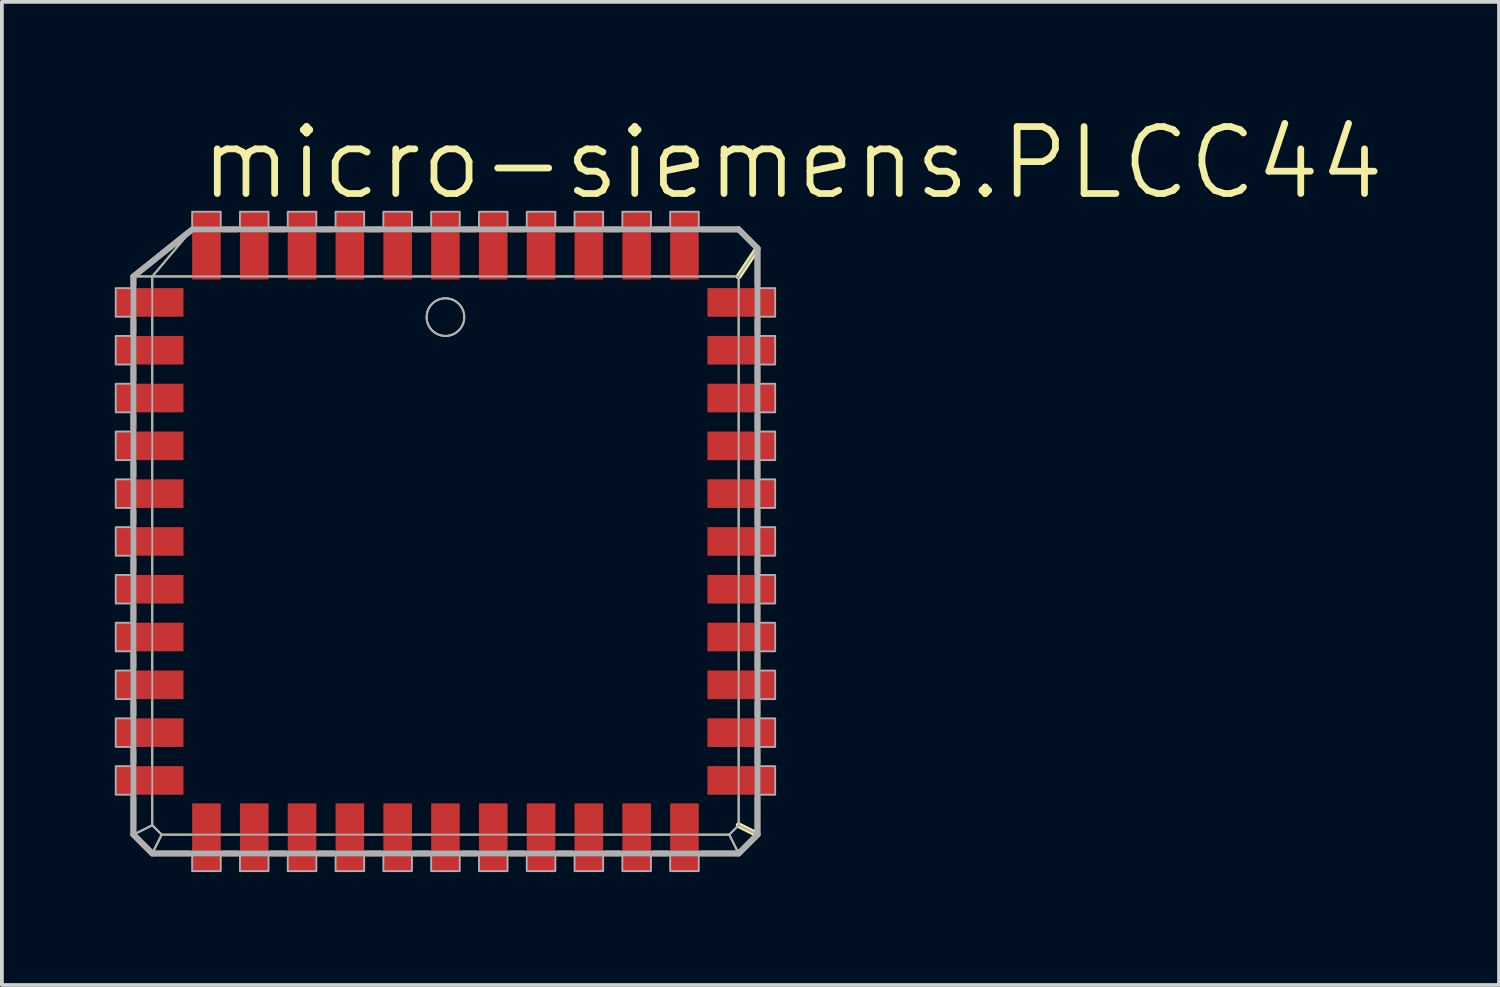
<source format=kicad_pcb>
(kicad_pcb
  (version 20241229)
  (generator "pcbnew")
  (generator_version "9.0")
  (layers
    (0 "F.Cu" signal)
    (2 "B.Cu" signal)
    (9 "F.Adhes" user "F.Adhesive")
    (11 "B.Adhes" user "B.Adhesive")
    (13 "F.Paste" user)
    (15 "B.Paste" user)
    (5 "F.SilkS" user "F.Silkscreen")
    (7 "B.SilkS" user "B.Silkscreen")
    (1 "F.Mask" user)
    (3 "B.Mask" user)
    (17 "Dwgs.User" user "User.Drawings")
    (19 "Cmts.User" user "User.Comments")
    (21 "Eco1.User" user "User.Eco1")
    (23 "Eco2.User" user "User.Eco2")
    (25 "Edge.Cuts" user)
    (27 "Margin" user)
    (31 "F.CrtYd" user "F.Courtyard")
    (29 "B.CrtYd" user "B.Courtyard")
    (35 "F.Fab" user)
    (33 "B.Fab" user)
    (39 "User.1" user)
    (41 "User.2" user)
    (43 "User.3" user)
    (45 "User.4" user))
  (footprint "micro-siemens.PLCC44"
    (layer "F.Cu")
    (at 8.785 11.335)
    (property "Reference" "micro-siemens.PLCC44" (at -6.604 -9.017 0) (layer "F.SilkS") (effects (font (size 1.778 1.778) (thickness 0.18)) (justify left bottom)))
    (attr smd)
    (fp_line (start -8.29 -7.04) (end -7.79 -7.04) (stroke (width 0.051) (type default)) (layer "F.SilkS"))
    (fp_line (start -8.29 -7.04) (end -6.79 -8.24) (stroke (width 0.152) (type default)) (layer "F.SilkS"))
    (fp_line (start -8.29 -6.79) (end -8.29 -7.04) (stroke (width 0.152) (type default)) (layer "F.SilkS"))
    (fp_line (start -8.29 -5.52) (end -8.29 -5.91) (stroke (width 0.152) (type default)) (layer "F.SilkS"))
    (fp_line (start -8.29 -4.25) (end -8.29 -4.64) (stroke (width 0.152) (type default)) (layer "F.SilkS"))
    (fp_line (start -8.29 -2.98) (end -8.29 -3.37) (stroke (width 0.152) (type default)) (layer "F.SilkS"))
    (fp_line (start -8.29 -1.71) (end -8.29 -2.1) (stroke (width 0.152) (type default)) (layer "F.SilkS"))
    (fp_line (start -8.29 -0.44) (end -8.29 -0.83) (stroke (width 0.152) (type default)) (layer "F.SilkS"))
    (fp_line (start -8.29 0.83) (end -8.29 0.44) (stroke (width 0.152) (type default)) (layer "F.SilkS"))
    (fp_line (start -8.29 2.1) (end -8.29 1.71) (stroke (width 0.152) (type default)) (layer "F.SilkS"))
    (fp_line (start -8.29 3.37) (end -8.29 2.98) (stroke (width 0.152) (type default)) (layer "F.SilkS"))
    (fp_line (start -8.29 4.64) (end -8.29 4.25) (stroke (width 0.152) (type default)) (layer "F.SilkS"))
    (fp_line (start -8.29 5.91) (end -8.29 5.52) (stroke (width 0.152) (type default)) (layer "F.SilkS"))
    (fp_line (start -8.29 7.79) (end -8.29 6.79) (stroke (width 0.152) (type default)) (layer "F.SilkS"))
    (fp_line (start -8.29 7.79) (end -7.79 7.54) (stroke (width 0.051) (type default)) (layer "F.SilkS"))
    (fp_line (start -7.79 -7.04) (end -6.75 -8.27) (stroke (width 0.051) (type default)) (layer "F.SilkS"))
    (fp_line (start -7.79 -7.04) (end -6.75 -7.04) (stroke (width 0.051) (type default)) (layer "F.SilkS"))
    (fp_line (start -7.79 -6.75) (end -7.79 -7.04) (stroke (width 0.051) (type default)) (layer "F.SilkS"))
    (fp_line (start -7.79 -5.48) (end -7.79 -5.95) (stroke (width 0.051) (type default)) (layer "F.SilkS"))
    (fp_line (start -7.79 -4.21) (end -7.79 -4.68) (stroke (width 0.051) (type default)) (layer "F.SilkS"))
    (fp_line (start -7.79 -2.94) (end -7.79 -3.41) (stroke (width 0.051) (type default)) (layer "F.SilkS"))
    (fp_line (start -7.79 -1.67) (end -7.79 -2.14) (stroke (width 0.051) (type default)) (layer "F.SilkS"))
    (fp_line (start -7.79 -0.4) (end -7.79 -0.87) (stroke (width 0.051) (type default)) (layer "F.SilkS"))
    (fp_line (start -7.79 0.87) (end -7.79 0.4) (stroke (width 0.051) (type default)) (layer "F.SilkS"))
    (fp_line (start -7.79 2.14) (end -7.79 1.67) (stroke (width 0.051) (type default)) (layer "F.SilkS"))
    (fp_line (start -7.79 3.41) (end -7.79 2.94) (stroke (width 0.051) (type default)) (layer "F.SilkS"))
    (fp_line (start -7.79 4.68) (end -7.79 4.21) (stroke (width 0.051) (type default)) (layer "F.SilkS"))
    (fp_line (start -7.79 5.95) (end -7.79 5.48) (stroke (width 0.051) (type default)) (layer "F.SilkS"))
    (fp_line (start -7.79 7.54) (end -7.79 6.75) (stroke (width 0.051) (type default)) (layer "F.SilkS"))
    (fp_line (start -7.79 8.29) (end -8.29 7.79) (stroke (width 0.152) (type default)) (layer "F.SilkS"))
    (fp_line (start -7.79 8.29) (end -7.54 7.79) (stroke (width 0.051) (type default)) (layer "F.SilkS"))
    (fp_line (start -7.54 7.79) (end -7.79 7.54) (stroke (width 0.051) (type default)) (layer "F.SilkS"))
    (fp_line (start -6.79 8.29) (end -7.79 8.29) (stroke (width 0.152) (type default)) (layer "F.SilkS"))
    (fp_line (start -6.75 7.79) (end -7.54 7.79) (stroke (width 0.051) (type default)) (layer "F.SilkS"))
    (fp_line (start -5.95 -7.04) (end -5.48 -7.04) (stroke (width 0.051) (type default)) (layer "F.SilkS"))
    (fp_line (start -5.91 -8.29) (end -5.52 -8.29) (stroke (width 0.152) (type default)) (layer "F.SilkS"))
    (fp_line (start -5.52 8.29) (end -5.91 8.29) (stroke (width 0.152) (type default)) (layer "F.SilkS"))
    (fp_line (start -5.48 7.79) (end -5.95 7.79) (stroke (width 0.051) (type default)) (layer "F.SilkS"))
    (fp_line (start -4.68 -7.04) (end -4.21 -7.04) (stroke (width 0.051) (type default)) (layer "F.SilkS"))
    (fp_line (start -4.64 -8.29) (end -4.25 -8.29) (stroke (width 0.152) (type default)) (layer "F.SilkS"))
    (fp_line (start -4.25 8.29) (end -4.64 8.29) (stroke (width 0.152) (type default)) (layer "F.SilkS"))
    (fp_line (start -4.21 7.79) (end -4.68 7.79) (stroke (width 0.051) (type default)) (layer "F.SilkS"))
    (fp_line (start -3.41 -7.04) (end -2.94 -7.04) (stroke (width 0.051) (type default)) (layer "F.SilkS"))
    (fp_line (start -3.37 -8.29) (end -2.98 -8.29) (stroke (width 0.152) (type default)) (layer "F.SilkS"))
    (fp_line (start -2.98 8.29) (end -3.37 8.29) (stroke (width 0.152) (type default)) (layer "F.SilkS"))
    (fp_line (start -2.94 7.79) (end -3.41 7.79) (stroke (width 0.051) (type default)) (layer "F.SilkS"))
    (fp_line (start -2.14 -7.04) (end -1.67 -7.04) (stroke (width 0.051) (type default)) (layer "F.SilkS"))
    (fp_line (start -2.1 -8.29) (end -1.71 -8.29) (stroke (width 0.152) (type default)) (layer "F.SilkS"))
    (fp_line (start -1.71 8.29) (end -2.1 8.29) (stroke (width 0.152) (type default)) (layer "F.SilkS"))
    (fp_line (start -1.67 7.79) (end -2.14 7.79) (stroke (width 0.051) (type default)) (layer "F.SilkS"))
    (fp_line (start -0.87 -7.04) (end -0.4 -7.04) (stroke (width 0.051) (type default)) (layer "F.SilkS"))
    (fp_line (start -0.83 -8.29) (end -0.44 -8.29) (stroke (width 0.152) (type default)) (layer "F.SilkS"))
    (fp_line (start -0.44 8.29) (end -0.83 8.29) (stroke (width 0.152) (type default)) (layer "F.SilkS"))
    (fp_line (start -0.4 7.79) (end -0.87 7.79) (stroke (width 0.051) (type default)) (layer "F.SilkS"))
    (fp_line (start 0.4 -7.04) (end 0.87 -7.04) (stroke (width 0.051) (type default)) (layer "F.SilkS"))
    (fp_line (start 0.44 -8.29) (end 0.83 -8.29) (stroke (width 0.152) (type default)) (layer "F.SilkS"))
    (fp_line (start 0.83 8.29) (end 0.44 8.29) (stroke (width 0.152) (type default)) (layer "F.SilkS"))
    (fp_line (start 0.87 7.79) (end 0.4 7.79) (stroke (width 0.051) (type default)) (layer "F.SilkS"))
    (fp_line (start 1.67 -7.04) (end 2.14 -7.04) (stroke (width 0.051) (type default)) (layer "F.SilkS"))
    (fp_line (start 1.71 -8.29) (end 2.1 -8.29) (stroke (width 0.152) (type default)) (layer "F.SilkS"))
    (fp_line (start 2.1 8.29) (end 1.71 8.29) (stroke (width 0.152) (type default)) (layer "F.SilkS"))
    (fp_line (start 2.14 7.79) (end 1.67 7.79) (stroke (width 0.051) (type default)) (layer "F.SilkS"))
    (fp_line (start 2.94 -7.04) (end 3.41 -7.04) (stroke (width 0.051) (type default)) (layer "F.SilkS"))
    (fp_line (start 2.98 -8.29) (end 3.37 -8.29) (stroke (width 0.152) (type default)) (layer "F.SilkS"))
    (fp_line (start 3.37 8.29) (end 2.98 8.29) (stroke (width 0.152) (type default)) (layer "F.SilkS"))
    (fp_line (start 3.41 7.79) (end 2.94 7.79) (stroke (width 0.051) (type default)) (layer "F.SilkS"))
    (fp_line (start 4.21 -7.04) (end 4.68 -7.04) (stroke (width 0.051) (type default)) (layer "F.SilkS"))
    (fp_line (start 4.25 -8.29) (end 4.64 -8.29) (stroke (width 0.152) (type default)) (layer "F.SilkS"))
    (fp_line (start 4.64 8.29) (end 4.25 8.29) (stroke (width 0.152) (type default)) (layer "F.SilkS"))
    (fp_line (start 4.68 7.79) (end 4.21 7.79) (stroke (width 0.051) (type default)) (layer "F.SilkS"))
    (fp_line (start 5.48 -7.04) (end 5.95 -7.04) (stroke (width 0.051) (type default)) (layer "F.SilkS"))
    (fp_line (start 5.52 -8.29) (end 5.91 -8.29) (stroke (width 0.152) (type default)) (layer "F.SilkS"))
    (fp_line (start 5.91 8.29) (end 5.52 8.29) (stroke (width 0.152) (type default)) (layer "F.SilkS"))
    (fp_line (start 5.95 7.79) (end 5.48 7.79) (stroke (width 0.051) (type default)) (layer "F.SilkS"))
    (fp_line (start 6.75 -7.04) (end 7.79 -7.04) (stroke (width 0.051) (type default)) (layer "F.SilkS"))
    (fp_line (start 6.79 -8.29) (end 7.79 -8.29) (stroke (width 0.152) (type default)) (layer "F.SilkS"))
    (fp_line (start 7.54 7.79) (end 6.75 7.79) (stroke (width 0.051) (type default)) (layer "F.SilkS"))
    (fp_line (start 7.54 7.79) (end 7.79 8.29) (stroke (width 0.051) (type default)) (layer "F.SilkS"))
    (fp_line (start 7.79 -8.29) (end 8.29 -7.79) (stroke (width 0.152) (type default)) (layer "F.SilkS"))
    (fp_line (start 7.79 -7.04) (end 7.79 -6.75) (stroke (width 0.051) (type default)) (layer "F.SilkS"))
    (fp_line (start 7.79 -5.95) (end 7.79 -5.48) (stroke (width 0.051) (type default)) (layer "F.SilkS"))
    (fp_line (start 7.79 -4.68) (end 7.79 -4.21) (stroke (width 0.051) (type default)) (layer "F.SilkS"))
    (fp_line (start 7.79 -3.41) (end 7.79 -2.94) (stroke (width 0.051) (type default)) (layer "F.SilkS"))
    (fp_line (start 7.79 -2.14) (end 7.79 -1.67) (stroke (width 0.051) (type default)) (layer "F.SilkS"))
    (fp_line (start 7.79 -0.87) (end 7.79 -0.4) (stroke (width 0.051) (type default)) (layer "F.SilkS"))
    (fp_line (start 7.79 0.4) (end 7.79 0.87) (stroke (width 0.051) (type default)) (layer "F.SilkS"))
    (fp_line (start 7.79 1.67) (end 7.79 2.14) (stroke (width 0.051) (type default)) (layer "F.SilkS"))
    (fp_line (start 7.79 2.94) (end 7.79 3.41) (stroke (width 0.051) (type default)) (layer "F.SilkS"))
    (fp_line (start 7.79 4.21) (end 7.79 4.68) (stroke (width 0.051) (type default)) (layer "F.SilkS"))
    (fp_line (start 7.79 5.48) (end 7.79 5.95) (stroke (width 0.051) (type default)) (layer "F.SilkS"))
    (fp_line (start 7.79 6.75) (end 7.79 7.54) (stroke (width 0.051) (type default)) (layer "F.SilkS"))
    (fp_line (start 7.79 7.54) (end 7.54 7.79) (stroke (width 0.051) (type default)) (layer "F.SilkS"))
    (fp_line (start 7.79 7.54) (end 8.29 7.79) (stroke (width 0.152) (type default)) (layer "F.SilkS"))
    (fp_line (start 7.79 8.29) (end 6.79 8.29) (stroke (width 0.152) (type default)) (layer "F.SilkS"))
    (fp_line (start 8.29 -7.79) (end 7.79 -7.04) (stroke (width 0.152) (type default)) (layer "F.SilkS"))
    (fp_line (start 8.29 -7.79) (end 8.29 -6.79) (stroke (width 0.152) (type default)) (layer "F.SilkS"))
    (fp_line (start 8.29 -5.91) (end 8.29 -5.52) (stroke (width 0.152) (type default)) (layer "F.SilkS"))
    (fp_line (start 8.29 -4.64) (end 8.29 -4.25) (stroke (width 0.152) (type default)) (layer "F.SilkS"))
    (fp_line (start 8.29 -3.37) (end 8.29 -2.98) (stroke (width 0.152) (type default)) (layer "F.SilkS"))
    (fp_line (start 8.29 -2.1) (end 8.29 -1.71) (stroke (width 0.152) (type default)) (layer "F.SilkS"))
    (fp_line (start 8.29 -0.83) (end 8.29 -0.44) (stroke (width 0.152) (type default)) (layer "F.SilkS"))
    (fp_line (start 8.29 0.44) (end 8.29 0.83) (stroke (width 0.152) (type default)) (layer "F.SilkS"))
    (fp_line (start 8.29 1.71) (end 8.29 2.1) (stroke (width 0.152) (type default)) (layer "F.SilkS"))
    (fp_line (start 8.29 2.98) (end 8.29 3.37) (stroke (width 0.152) (type default)) (layer "F.SilkS"))
    (fp_line (start 8.29 4.25) (end 8.29 4.64) (stroke (width 0.152) (type default)) (layer "F.SilkS"))
    (fp_line (start 8.29 5.52) (end 8.29 5.91) (stroke (width 0.152) (type default)) (layer "F.SilkS"))
    (fp_line (start 8.29 6.79) (end 8.29 7.79) (stroke (width 0.152) (type default)) (layer "F.SilkS"))
    (fp_line (start 8.29 7.79) (end 7.79 8.29) (stroke (width 0.152) (type default)) (layer "F.SilkS"))
    (fp_circle (center 0 -5.96) (end 0.5 -5.96) (stroke (width 0.051) (type default)) (fill no) (layer "F.SilkS"))
    (fp_line (start -8.29 -7.04) (end -7.79 -7.04) (stroke (width 0.051) (type default)) (layer "F.Fab"))
    (fp_line (start -8.29 -7.04) (end -6.73 -8.29) (stroke (width 0.152) (type default)) (layer "F.Fab"))
    (fp_line (start -8.29 7.79) (end -8.29 -7.04) (stroke (width 0.152) (type default)) (layer "F.Fab"))
    (fp_line (start -8.29 7.79) (end -7.79 7.54) (stroke (width 0.051) (type default)) (layer "F.Fab"))
    (fp_line (start -7.79 -7.04) (end -6.73 -8.29) (stroke (width 0.051) (type default)) (layer "F.Fab"))
    (fp_line (start -7.79 -7.04) (end 7.79 -7.04) (stroke (width 0.051) (type default)) (layer "F.Fab"))
    (fp_line (start -7.79 7.54) (end -7.79 -7.04) (stroke (width 0.051) (type default)) (layer "F.Fab"))
    (fp_line (start -7.79 8.29) (end -8.29 7.79) (stroke (width 0.152) (type default)) (layer "F.Fab"))
    (fp_line (start -7.79 8.29) (end -7.54 7.79) (stroke (width 0.051) (type default)) (layer "F.Fab"))
    (fp_line (start -7.54 7.79) (end -7.79 7.54) (stroke (width 0.051) (type default)) (layer "F.Fab"))
    (fp_line (start -6.73 -8.29) (end 7.79 -8.29) (stroke (width 0.152) (type default)) (layer "F.Fab"))
    (fp_line (start 7.54 7.79) (end -7.54 7.79) (stroke (width 0.051) (type default)) (layer "F.Fab"))
    (fp_line (start 7.54 7.79) (end 7.79 8.29) (stroke (width 0.051) (type default)) (layer "F.Fab"))
    (fp_line (start 7.79 -8.29) (end 8.29 -7.79) (stroke (width 0.152) (type default)) (layer "F.Fab"))
    (fp_line (start 7.79 -7.04) (end 7.79 7.54) (stroke (width 0.051) (type default)) (layer "F.Fab"))
    (fp_line (start 7.79 7.54) (end 7.54 7.79) (stroke (width 0.051) (type default)) (layer "F.Fab"))
    (fp_line (start 7.79 7.54) (end 8.29 7.79) (stroke (width 0.051) (type default)) (layer "F.Fab"))
    (fp_line (start 7.79 8.29) (end -7.79 8.29) (stroke (width 0.152) (type default)) (layer "F.Fab"))
    (fp_line (start 8.29 -7.79) (end 7.79 -7.04) (stroke (width 0.051) (type default)) (layer "F.Fab"))
    (fp_line (start 8.29 -7.79) (end 8.29 7.79) (stroke (width 0.152) (type default)) (layer "F.Fab"))
    (fp_line (start 8.29 7.79) (end 7.79 8.29) (stroke (width 0.152) (type default)) (layer "F.Fab"))
    (fp_rect (start -8.76 -5.97) (end -8.29 -6.73) (stroke (width 0.05) (type default)) (fill no) (layer "F.Fab"))
    (fp_rect (start -8.76 -4.7) (end -8.29 -5.46) (stroke (width 0.05) (type default)) (fill no) (layer "F.Fab"))
    (fp_rect (start -8.76 -3.43) (end -8.29 -4.19) (stroke (width 0.05) (type default)) (fill no) (layer "F.Fab"))
    (fp_rect (start -8.76 -2.16) (end -8.29 -2.92) (stroke (width 0.05) (type default)) (fill no) (layer "F.Fab"))
    (fp_rect (start -8.76 -0.89) (end -8.29 -1.65) (stroke (width 0.05) (type default)) (fill no) (layer "F.Fab"))
    (fp_rect (start -8.76 0.38) (end -8.29 -0.38) (stroke (width 0.05) (type default)) (fill no) (layer "F.Fab"))
    (fp_rect (start -8.76 1.65) (end -8.29 0.89) (stroke (width 0.05) (type default)) (fill no) (layer "F.Fab"))
    (fp_rect (start -8.76 2.92) (end -8.29 2.16) (stroke (width 0.05) (type default)) (fill no) (layer "F.Fab"))
    (fp_rect (start -8.76 4.19) (end -8.29 3.43) (stroke (width 0.05) (type default)) (fill no) (layer "F.Fab"))
    (fp_rect (start -8.76 5.46) (end -8.29 4.7) (stroke (width 0.05) (type default)) (fill no) (layer "F.Fab"))
    (fp_rect (start -8.76 6.73) (end -8.29 5.97) (stroke (width 0.05) (type default)) (fill no) (layer "F.Fab"))
    (fp_rect (start -6.73 -8.29) (end -5.97 -8.76) (stroke (width 0.05) (type default)) (fill no) (layer "F.Fab"))
    (fp_rect (start -6.73 8.76) (end -5.97 8.29) (stroke (width 0.05) (type default)) (fill no) (layer "F.Fab"))
    (fp_rect (start -5.46 -8.29) (end -4.7 -8.76) (stroke (width 0.05) (type default)) (fill no) (layer "F.Fab"))
    (fp_rect (start -5.46 8.76) (end -4.7 8.29) (stroke (width 0.05) (type default)) (fill no) (layer "F.Fab"))
    (fp_rect (start -4.19 -8.29) (end -3.43 -8.76) (stroke (width 0.05) (type default)) (fill no) (layer "F.Fab"))
    (fp_rect (start -4.19 8.76) (end -3.43 8.29) (stroke (width 0.05) (type default)) (fill no) (layer "F.Fab"))
    (fp_rect (start -2.92 -8.29) (end -2.16 -8.76) (stroke (width 0.05) (type default)) (fill no) (layer "F.Fab"))
    (fp_rect (start -2.92 8.76) (end -2.16 8.29) (stroke (width 0.05) (type default)) (fill no) (layer "F.Fab"))
    (fp_rect (start -1.65 -8.29) (end -0.89 -8.76) (stroke (width 0.05) (type default)) (fill no) (layer "F.Fab"))
    (fp_rect (start -1.65 8.76) (end -0.89 8.29) (stroke (width 0.05) (type default)) (fill no) (layer "F.Fab"))
    (fp_rect (start -0.38 -8.29) (end 0.38 -8.76) (stroke (width 0.05) (type default)) (fill no) (layer "F.Fab"))
    (fp_rect (start -0.38 8.76) (end 0.38 8.29) (stroke (width 0.05) (type default)) (fill no) (layer "F.Fab"))
    (fp_rect (start 0.89 -8.29) (end 1.65 -8.76) (stroke (width 0.05) (type default)) (fill no) (layer "F.Fab"))
    (fp_rect (start 0.89 8.76) (end 1.65 8.29) (stroke (width 0.05) (type default)) (fill no) (layer "F.Fab"))
    (fp_rect (start 2.16 -8.29) (end 2.92 -8.76) (stroke (width 0.05) (type default)) (fill no) (layer "F.Fab"))
    (fp_rect (start 2.16 8.76) (end 2.92 8.29) (stroke (width 0.05) (type default)) (fill no) (layer "F.Fab"))
    (fp_rect (start 3.43 -8.29) (end 4.19 -8.76) (stroke (width 0.05) (type default)) (fill no) (layer "F.Fab"))
    (fp_rect (start 3.43 8.76) (end 4.19 8.29) (stroke (width 0.05) (type default)) (fill no) (layer "F.Fab"))
    (fp_rect (start 4.7 -8.29) (end 5.46 -8.76) (stroke (width 0.05) (type default)) (fill no) (layer "F.Fab"))
    (fp_rect (start 4.7 8.76) (end 5.46 8.29) (stroke (width 0.05) (type default)) (fill no) (layer "F.Fab"))
    (fp_rect (start 5.97 -8.29) (end 6.73 -8.76) (stroke (width 0.05) (type default)) (fill no) (layer "F.Fab"))
    (fp_rect (start 5.97 8.76) (end 6.73 8.29) (stroke (width 0.05) (type default)) (fill no) (layer "F.Fab"))
    (fp_rect (start 8.29 -5.97) (end 8.76 -6.73) (stroke (width 0.05) (type default)) (fill no) (layer "F.Fab"))
    (fp_rect (start 8.29 -4.7) (end 8.76 -5.46) (stroke (width 0.05) (type default)) (fill no) (layer "F.Fab"))
    (fp_rect (start 8.29 -3.43) (end 8.76 -4.19) (stroke (width 0.05) (type default)) (fill no) (layer "F.Fab"))
    (fp_rect (start 8.29 -2.16) (end 8.76 -2.92) (stroke (width 0.05) (type default)) (fill no) (layer "F.Fab"))
    (fp_rect (start 8.29 -0.89) (end 8.76 -1.65) (stroke (width 0.05) (type default)) (fill no) (layer "F.Fab"))
    (fp_rect (start 8.29 0.38) (end 8.76 -0.38) (stroke (width 0.05) (type default)) (fill no) (layer "F.Fab"))
    (fp_rect (start 8.29 1.65) (end 8.76 0.89) (stroke (width 0.05) (type default)) (fill no) (layer "F.Fab"))
    (fp_rect (start 8.29 2.92) (end 8.76 2.16) (stroke (width 0.05) (type default)) (fill no) (layer "F.Fab"))
    (fp_rect (start 8.29 4.19) (end 8.76 3.43) (stroke (width 0.05) (type default)) (fill no) (layer "F.Fab"))
    (fp_rect (start 8.29 5.46) (end 8.76 4.7) (stroke (width 0.05) (type default)) (fill no) (layer "F.Fab"))
    (fp_rect (start 8.29 6.73) (end 8.76 5.97) (stroke (width 0.05) (type default)) (fill no) (layer "F.Fab"))
    (fp_circle (center 0 -5.96) (end 0.5 -5.96) (stroke (width 0.051) (type default)) (fill no) (layer "F.Fab"))
    (pad "1" smd roundrect (at 0 -7.86) (size 0.76 1.8) (layers "F.Cu" "F.Mask" "F.Paste") (roundrect_rratio 0.01))
    (pad "2" smd roundrect (at -1.27 -7.86) (size 0.76 1.8) (layers "F.Cu" "F.Mask" "F.Paste") (roundrect_rratio 0.01))
    (pad "3" smd roundrect (at -2.54 -7.86) (size 0.76 1.8) (layers "F.Cu" "F.Mask" "F.Paste") (roundrect_rratio 0.01))
    (pad "4" smd roundrect (at -3.81 -7.86) (size 0.76 1.8) (layers "F.Cu" "F.Mask" "F.Paste") (roundrect_rratio 0.01))
    (pad "5" smd roundrect (at -5.08 -7.86) (size 0.76 1.8) (layers "F.Cu" "F.Mask" "F.Paste") (roundrect_rratio 0.01))
    (pad "6" smd roundrect (at -6.35 -7.86) (size 0.76 1.8) (layers "F.Cu" "F.Mask" "F.Paste") (roundrect_rratio 0.01))
    (pad "7" smd roundrect (at -7.86 -6.35) (size 1.8 0.76) (layers "F.Cu" "F.Mask" "F.Paste") (roundrect_rratio 0.01))
    (pad "8" smd roundrect (at -7.86 -5.08) (size 1.8 0.76) (layers "F.Cu" "F.Mask" "F.Paste") (roundrect_rratio 0.01))
    (pad "9" smd roundrect (at -7.86 -3.81) (size 1.8 0.76) (layers "F.Cu" "F.Mask" "F.Paste") (roundrect_rratio 0.01))
    (pad "10" smd roundrect (at -7.86 -2.54) (size 1.8 0.76) (layers "F.Cu" "F.Mask" "F.Paste") (roundrect_rratio 0.01))
    (pad "11" smd roundrect (at -7.86 -1.27) (size 1.8 0.76) (layers "F.Cu" "F.Mask" "F.Paste") (roundrect_rratio 0.01))
    (pad "12" smd roundrect (at -7.86 0) (size 1.8 0.76) (layers "F.Cu" "F.Mask" "F.Paste") (roundrect_rratio 0.01))
    (pad "13" smd roundrect (at -7.86 1.27) (size 1.8 0.76) (layers "F.Cu" "F.Mask" "F.Paste") (roundrect_rratio 0.01))
    (pad "14" smd roundrect (at -7.86 2.54) (size 1.8 0.76) (layers "F.Cu" "F.Mask" "F.Paste") (roundrect_rratio 0.01))
    (pad "15" smd roundrect (at -7.86 3.81) (size 1.8 0.76) (layers "F.Cu" "F.Mask" "F.Paste") (roundrect_rratio 0.01))
    (pad "16" smd roundrect (at -7.86 5.08) (size 1.8 0.76) (layers "F.Cu" "F.Mask" "F.Paste") (roundrect_rratio 0.01))
    (pad "17" smd roundrect (at -7.86 6.35) (size 1.8 0.76) (layers "F.Cu" "F.Mask" "F.Paste") (roundrect_rratio 0.01))
    (pad "18" smd roundrect (at -6.35 7.86) (size 0.76 1.8) (layers "F.Cu" "F.Mask" "F.Paste") (roundrect_rratio 0.01))
    (pad "19" smd roundrect (at -5.08 7.86) (size 0.76 1.8) (layers "F.Cu" "F.Mask" "F.Paste") (roundrect_rratio 0.01))
    (pad "20" smd roundrect (at -3.81 7.86) (size 0.76 1.8) (layers "F.Cu" "F.Mask" "F.Paste") (roundrect_rratio 0.01))
    (pad "21" smd roundrect (at -2.54 7.86) (size 0.76 1.8) (layers "F.Cu" "F.Mask" "F.Paste") (roundrect_rratio 0.01))
    (pad "22" smd roundrect (at -1.27 7.86) (size 0.76 1.8) (layers "F.Cu" "F.Mask" "F.Paste") (roundrect_rratio 0.01))
    (pad "23" smd roundrect (at 0 7.86) (size 0.76 1.8) (layers "F.Cu" "F.Mask" "F.Paste") (roundrect_rratio 0.01))
    (pad "24" smd roundrect (at 1.27 7.86) (size 0.76 1.8) (layers "F.Cu" "F.Mask" "F.Paste") (roundrect_rratio 0.01))
    (pad "25" smd roundrect (at 2.54 7.86) (size 0.76 1.8) (layers "F.Cu" "F.Mask" "F.Paste") (roundrect_rratio 0.01))
    (pad "26" smd roundrect (at 3.81 7.86) (size 0.76 1.8) (layers "F.Cu" "F.Mask" "F.Paste") (roundrect_rratio 0.01))
    (pad "27" smd roundrect (at 5.08 7.86) (size 0.76 1.8) (layers "F.Cu" "F.Mask" "F.Paste") (roundrect_rratio 0.01))
    (pad "28" smd roundrect (at 6.35 7.86) (size 0.76 1.8) (layers "F.Cu" "F.Mask" "F.Paste") (roundrect_rratio 0.01))
    (pad "29" smd roundrect (at 7.86 6.35) (size 1.8 0.76) (layers "F.Cu" "F.Mask" "F.Paste") (roundrect_rratio 0.01))
    (pad "30" smd roundrect (at 7.86 5.08) (size 1.8 0.76) (layers "F.Cu" "F.Mask" "F.Paste") (roundrect_rratio 0.01))
    (pad "31" smd roundrect (at 7.86 3.81) (size 1.8 0.76) (layers "F.Cu" "F.Mask" "F.Paste") (roundrect_rratio 0.01))
    (pad "32" smd roundrect (at 7.86 2.54) (size 1.8 0.76) (layers "F.Cu" "F.Mask" "F.Paste") (roundrect_rratio 0.01))
    (pad "33" smd roundrect (at 7.86 1.27) (size 1.8 0.76) (layers "F.Cu" "F.Mask" "F.Paste") (roundrect_rratio 0.01))
    (pad "34" smd roundrect (at 7.86 0) (size 1.8 0.76) (layers "F.Cu" "F.Mask" "F.Paste") (roundrect_rratio 0.01))
    (pad "35" smd roundrect (at 7.86 -1.27) (size 1.8 0.76) (layers "F.Cu" "F.Mask" "F.Paste") (roundrect_rratio 0.01))
    (pad "36" smd roundrect (at 7.86 -2.54) (size 1.8 0.76) (layers "F.Cu" "F.Mask" "F.Paste") (roundrect_rratio 0.01))
    (pad "37" smd roundrect (at 7.86 -3.81) (size 1.8 0.76) (layers "F.Cu" "F.Mask" "F.Paste") (roundrect_rratio 0.01))
    (pad "38" smd roundrect (at 7.86 -5.08) (size 1.8 0.76) (layers "F.Cu" "F.Mask" "F.Paste") (roundrect_rratio 0.01))
    (pad "39" smd roundrect (at 7.86 -6.35) (size 1.8 0.76) (layers "F.Cu" "F.Mask" "F.Paste") (roundrect_rratio 0.01))
    (pad "40" smd roundrect (at 6.35 -7.86) (size 0.76 1.8) (layers "F.Cu" "F.Mask" "F.Paste") (roundrect_rratio 0.01))
    (pad "41" smd roundrect (at 5.08 -7.86) (size 0.76 1.8) (layers "F.Cu" "F.Mask" "F.Paste") (roundrect_rratio 0.01))
    (pad "42" smd roundrect (at 3.81 -7.86) (size 0.76 1.8) (layers "F.Cu" "F.Mask" "F.Paste") (roundrect_rratio 0.01))
    (pad "43" smd roundrect (at 2.54 -7.86) (size 0.76 1.8) (layers "F.Cu" "F.Mask" "F.Paste") (roundrect_rratio 0.01))
    (pad "44" smd roundrect (at 1.27 -7.86) (size 0.76 1.8) (layers "F.Cu" "F.Mask" "F.Paste") (roundrect_rratio 0.01)))
  (gr_rect
    (start -3 -3)
    (end 36.777 23.12)
    (stroke (width 0.1) (type default))
    (fill no)
    (layer "Edge.Cuts")))
</source>
